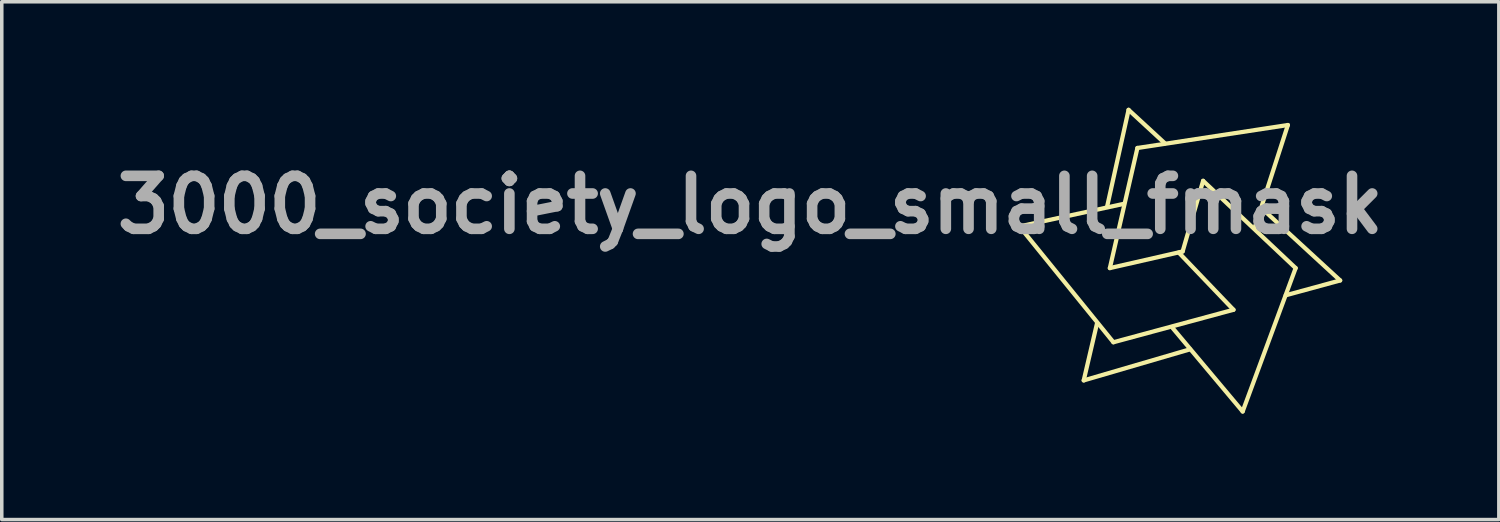
<source format=kicad_pcb>
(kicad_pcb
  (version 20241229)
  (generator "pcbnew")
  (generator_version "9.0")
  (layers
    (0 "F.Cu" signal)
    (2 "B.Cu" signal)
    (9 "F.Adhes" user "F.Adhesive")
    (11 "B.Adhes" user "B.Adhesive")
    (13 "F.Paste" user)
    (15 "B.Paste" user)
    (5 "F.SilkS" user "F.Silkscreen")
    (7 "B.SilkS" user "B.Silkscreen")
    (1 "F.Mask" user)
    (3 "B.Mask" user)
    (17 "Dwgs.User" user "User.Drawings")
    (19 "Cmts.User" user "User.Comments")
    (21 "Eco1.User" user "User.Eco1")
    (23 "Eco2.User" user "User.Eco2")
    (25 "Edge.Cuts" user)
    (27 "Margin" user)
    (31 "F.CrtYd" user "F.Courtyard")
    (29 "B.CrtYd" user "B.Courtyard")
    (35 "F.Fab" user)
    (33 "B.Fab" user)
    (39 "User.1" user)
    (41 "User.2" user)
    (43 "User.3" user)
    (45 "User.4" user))
  (footprint "3000_society_logo_small_fmask"
    (layer "F.Cu")
    (at 30.093 4.24)
    (property "Reference" "3000_society_logo_small_fmask" (at -11.9 -1.49 0) (layer "F.Fab") (effects (font (size 1.5 1.5) (thickness 0.3))))
    (attr board_only exclude_from_pos_files exclude_from_bom)
    (fp_poly (pts (xy -1.113 -3.961) (xy -1.08 -3.933) (xy -1.031 -3.889) (xy -0.967 -3.83) (xy -0.889 -3.758) (xy -0.799 -3.674) (xy -0.7 -3.578) (xy -0.591 -3.474) (xy -0.549 -3.434) (xy -0.439 -3.328) (xy -0.486 -3.32) (xy -0.648 -3.292) (xy -0.782 -3.267) (xy -0.89 -3.246) (xy -0.97 -3.228) (xy -1.024 -3.214) (xy -1.051 -3.203) (xy -1.054 -3.2) (xy -1.072 -3.153) (xy -1.087 -3.098) (xy -1.094 -3.051) (xy -1.095 -3.044) (xy -1.099 -3.006) (xy -1.107 -2.983) (xy -1.127 -2.933) (xy -1.143 -2.877) (xy -1.15 -2.828) (xy -1.15 -2.822) (xy -1.155 -2.784) (xy -1.163 -2.761) (xy -1.172 -2.735) (xy -1.184 -2.692) (xy -1.192 -2.654) (xy -1.203 -2.604) (xy -1.214 -2.562) (xy -1.22 -2.543) (xy -1.23 -2.51) (xy -1.238 -2.468) (xy -1.238 -2.467) (xy -1.245 -2.43) (xy -1.256 -2.377) (xy -1.27 -2.317) (xy -1.274 -2.3) (xy -1.291 -2.234) (xy -1.31 -2.154) (xy -1.33 -2.072) (xy -1.339 -2.03) (xy -1.355 -1.962) (xy -1.37 -1.898) (xy -1.382 -1.847) (xy -1.388 -1.822) (xy -1.399 -1.774) (xy -1.408 -1.727) (xy -1.409 -1.722) (xy -1.418 -1.695) (xy -1.437 -1.675) (xy -1.471 -1.661) (xy -1.526 -1.648) (xy -1.556 -1.642) (xy -1.596 -1.635) (xy -1.626 -1.627) (xy -1.629 -1.626) (xy -1.647 -1.624) (xy -1.649 -1.628) (xy -1.646 -1.644) (xy -1.638 -1.683) (xy -1.625 -1.742) (xy -1.609 -1.817) (xy -1.589 -1.905) (xy -1.567 -2.002) (xy -1.566 -2.007) (xy -1.543 -2.108) (xy -1.522 -2.204) (xy -1.503 -2.291) (xy -1.487 -2.363) (xy -1.475 -2.416) (xy -1.469 -2.446) (xy -1.46 -2.484) (xy -1.447 -2.542) (xy -1.431 -2.614) (xy -1.414 -2.693) (xy -1.406 -2.73) (xy -1.385 -2.822) (xy -1.363 -2.922) (xy -1.343 -3.019) (xy -1.325 -3.102) (xy -1.323 -3.116) (xy -1.273 -3.354) (xy -1.225 -3.568) (xy -1.203 -3.658) (xy -1.187 -3.728) (xy -1.171 -3.803) (xy -1.159 -3.867) (xy -1.158 -3.873) (xy -1.148 -3.921) (xy -1.137 -3.955) (xy -1.128 -3.97) (xy -1.127 -3.97)) (stroke (width 0) (type solid)) (fill yes) (layer "F.Mask"))
    (fp_poly (pts (xy 2.685 -1.158) (xy 2.694 -1.149) (xy 2.71 -1.131) (xy 2.741 -1.1) (xy 2.783 -1.06) (xy 2.82 -1.025) (xy 2.853 -0.995) (xy 2.887 -0.963) (xy 2.924 -0.929) (xy 2.966 -0.89) (xy 3.016 -0.844) (xy 3.076 -0.789) (xy 3.149 -0.723) (xy 3.236 -0.643) (xy 3.34 -0.548) (xy 3.401 -0.492) (xy 3.469 -0.43) (xy 3.54 -0.364) (xy 3.608 -0.301) (xy 3.664 -0.248) (xy 3.679 -0.234) (xy 3.732 -0.185) (xy 3.785 -0.135) (xy 3.831 -0.094) (xy 3.852 -0.075) (xy 3.885 -0.045) (xy 3.933 -0.001) (xy 3.989 0.051) (xy 4.047 0.106) (xy 4.06 0.118) (xy 4.124 0.179) (xy 4.2 0.25) (xy 4.28 0.326) (xy 4.356 0.397) (xy 4.382 0.421) (xy 4.44 0.476) (xy 4.489 0.523) (xy 4.528 0.561) (xy 4.552 0.587) (xy 4.559 0.596) (xy 4.547 0.604) (xy 4.515 0.614) (xy 4.479 0.623) (xy 4.427 0.636) (xy 4.361 0.654) (xy 4.294 0.672) (xy 4.282 0.676) (xy 4.222 0.693) (xy 4.166 0.708) (xy 4.124 0.718) (xy 4.116 0.72) (xy 4.061 0.733) (xy 3.986 0.751) (xy 3.895 0.775) (xy 3.796 0.802) (xy 3.692 0.831) (xy 3.651 0.843) (xy 3.578 0.863) (xy 3.528 0.876) (xy 3.497 0.882) (xy 3.481 0.881) (xy 3.478 0.877) (xy 3.483 0.86) (xy 3.497 0.824) (xy 3.518 0.772) (xy 3.543 0.711) (xy 3.57 0.646) (xy 3.597 0.582) (xy 3.622 0.524) (xy 3.63 0.506) (xy 3.65 0.461) (xy 3.666 0.423) (xy 3.672 0.409) (xy 3.686 0.374) (xy 3.704 0.332) (xy 3.722 0.293) (xy 3.734 0.266) (xy 3.737 0.26) (xy 3.73 0.247) (xy 3.706 0.22) (xy 3.67 0.183) (xy 3.627 0.139) (xy 3.579 0.094) (xy 3.532 0.05) (xy 3.49 0.013) (xy 3.473 0) (xy 3.445 -0.024) (xy 3.403 -0.061) (xy 3.354 -0.106) (xy 3.319 -0.139) (xy 3.268 -0.186) (xy 3.203 -0.245) (xy 3.131 -0.309) (xy 3.06 -0.373) (xy 3.035 -0.395) (xy 2.924 -0.494) (xy 2.825 -0.584) (xy 2.739 -0.664) (xy 2.669 -0.731) (xy 2.615 -0.784) (xy 2.58 -0.823) (xy 2.563 -0.846) (xy 2.562 -0.85) (xy 2.569 -0.869) (xy 2.582 -0.908) (xy 2.6 -0.961) (xy 2.613 -1.001) (xy 2.637 -1.071) (xy 2.654 -1.119) (xy 2.667 -1.147) (xy 2.677 -1.159)) (stroke (width 0) (type solid)) (fill yes) (layer "F.Mask"))
    (fp_poly (pts (xy -0.037 2.151) (xy -0.023 2.163) (xy -0.001 2.185) (xy 0.029 2.219) (xy 0.07 2.269) (xy 0.124 2.336) (xy 0.193 2.423) (xy 0.196 2.427) (xy 0.243 2.486) (xy 0.272 2.528) (xy 0.287 2.554) (xy 0.288 2.568) (xy 0.281 2.571) (xy 0.262 2.576) (xy 0.228 2.586) (xy 0.215 2.59) (xy 0.164 2.605) (xy 0.111 2.621) (xy 0.043 2.641) (xy 0.024 2.646) (xy -0.027 2.66) (xy -0.079 2.675) (xy -0.08 2.675) (xy -0.127 2.688) (xy -0.171 2.701) (xy -0.173 2.702) (xy -0.201 2.71) (xy -0.25 2.724) (xy -0.313 2.743) (xy -0.384 2.764) (xy -0.409 2.771) (xy -0.491 2.795) (xy -0.575 2.82) (xy -0.653 2.842) (xy -0.714 2.86) (xy -0.721 2.862) (xy -0.779 2.878) (xy -0.855 2.9) (xy -0.939 2.924) (xy -1.022 2.949) (xy -1.032 2.952) (xy -1.113 2.976) (xy -1.174 2.994) (xy -1.223 3.008) (xy -1.267 3.021) (xy -1.313 3.034) (xy -1.37 3.05) (xy -1.406 3.061) (xy -1.446 3.072) (xy -1.508 3.09) (xy -1.587 3.113) (xy -1.677 3.14) (xy -1.776 3.169) (xy -1.864 3.195) (xy -1.982 3.23) (xy -2.076 3.257) (xy -2.149 3.278) (xy -2.203 3.293) (xy -2.24 3.303) (xy -2.265 3.307) (xy -2.279 3.307) (xy -2.284 3.303) (xy -2.284 3.295) (xy -2.282 3.284) (xy -2.279 3.275) (xy -2.271 3.235) (xy -2.26 3.187) (xy -2.258 3.18) (xy -2.25 3.145) (xy -2.239 3.09) (xy -2.224 3.023) (xy -2.209 2.952) (xy -2.209 2.952) (xy -2.18 2.814) (xy -2.156 2.7) (xy -2.136 2.608) (xy -2.119 2.533) (xy -2.105 2.474) (xy -2.094 2.426) (xy -2.088 2.404) (xy -2.073 2.344) (xy -2.057 2.28) (xy -2.05 2.248) (xy -2.039 2.208) (xy -2.028 2.182) (xy -2.022 2.176) (xy -2.009 2.186) (xy -2.009 2.188) (xy -2.001 2.203) (xy -1.978 2.235) (xy -1.945 2.278) (xy -1.905 2.328) (xy -1.864 2.379) (xy -1.828 2.424) (xy -1.802 2.456) (xy -1.791 2.471) (xy -1.77 2.494) (xy -1.736 2.522) (xy -1.698 2.549) (xy -1.663 2.57) (xy -1.642 2.577) (xy -1.622 2.574) (xy -1.58 2.564) (xy -1.523 2.55) (xy -1.456 2.533) (xy -1.385 2.513) (xy -1.314 2.494) (xy -1.25 2.475) (xy -1.226 2.468) (xy -1.188 2.458) (xy -1.137 2.445) (xy -1.115 2.439) (xy -1.069 2.427) (xy -1.031 2.415) (xy -1.018 2.411) (xy -0.982 2.399) (xy -0.956 2.392) (xy -0.918 2.383) (xy -0.875 2.372) (xy -0.873 2.371) (xy -0.809 2.353) (xy -0.746 2.335) (xy -0.675 2.316) (xy -0.592 2.293) (xy -0.489 2.265) (xy -0.471 2.26) (xy -0.392 2.239) (xy -0.307 2.215) (xy -0.228 2.194) (xy -0.187 2.183) (xy -0.131 2.168) (xy -0.084 2.156) (xy -0.053 2.149) (xy -0.046 2.148)) (stroke (width 0) (type solid)) (fill yes) (layer "F.Mask"))
    (fp_poly (pts (xy 0.969 -1.961) (xy 0.97 -1.956) (xy 0.98 -1.943) (xy 1.006 -1.916) (xy 1.046 -1.878) (xy 1.094 -1.833) (xy 1.098 -1.83) (xy 1.16 -1.774) (xy 1.232 -1.707) (xy 1.306 -1.638) (xy 1.372 -1.574) (xy 1.427 -1.522) (xy 1.496 -1.456) (xy 1.575 -1.381) (xy 1.657 -1.304) (xy 1.737 -1.227) (xy 1.76 -1.206) (xy 1.845 -1.126) (xy 1.942 -1.034) (xy 2.044 -0.935) (xy 2.145 -0.838) (xy 2.236 -0.749) (xy 2.259 -0.727) (xy 2.329 -0.658) (xy 2.415 -0.574) (xy 2.513 -0.48) (xy 2.618 -0.378) (xy 2.726 -0.274) (xy 2.833 -0.17) (xy 2.931 -0.077) (xy 3.021 0.01) (xy 3.104 0.091) (xy 3.18 0.166) (xy 3.245 0.231) (xy 3.298 0.285) (xy 3.335 0.325) (xy 3.356 0.349) (xy 3.359 0.354) (xy 3.364 0.389) (xy 3.352 0.434) (xy 3.347 0.446) (xy 3.316 0.525) (xy 3.277 0.627) (xy 3.233 0.747) (xy 3.184 0.881) (xy 3.133 1.027) (xy 3.09 1.15) (xy 3.057 1.246) (xy 3.024 1.341) (xy 2.993 1.429) (xy 2.967 1.505) (xy 2.946 1.562) (xy 2.94 1.58) (xy 2.882 1.739) (xy 2.833 1.875) (xy 2.792 1.99) (xy 2.756 2.088) (xy 2.727 2.17) (xy 2.702 2.24) (xy 2.681 2.301) (xy 2.662 2.354) (xy 2.645 2.403) (xy 2.63 2.446) (xy 2.611 2.501) (xy 2.593 2.547) (xy 2.581 2.577) (xy 2.577 2.584) (xy 2.567 2.605) (xy 2.554 2.642) (xy 2.546 2.667) (xy 2.533 2.707) (xy 2.513 2.766) (xy 2.489 2.835) (xy 2.464 2.907) (xy 2.462 2.91) (xy 2.442 2.966) (xy 2.414 3.043) (xy 2.38 3.138) (xy 2.342 3.244) (xy 2.302 3.357) (xy 2.26 3.473) (xy 2.238 3.534) (xy 2.199 3.643) (xy 2.161 3.748) (xy 2.127 3.844) (xy 2.097 3.928) (xy 2.072 3.996) (xy 2.055 4.044) (xy 2.048 4.064) (xy 2.028 4.113) (xy 2.013 4.137) (xy 1.999 4.139) (xy 1.983 4.119) (xy 1.981 4.115) (xy 1.965 4.09) (xy 1.936 4.053) (xy 1.908 4.02) (xy 1.876 3.982) (xy 1.833 3.931) (xy 1.783 3.871) (xy 1.733 3.81) (xy 1.732 3.81) (xy 1.678 3.744) (xy 1.62 3.674) (xy 1.566 3.609) (xy 1.528 3.562) (xy 1.479 3.503) (xy 1.425 3.438) (xy 1.376 3.38) (xy 1.366 3.367) (xy 1.264 3.246) (xy 1.15 3.11) (xy 1.032 2.968) (xy 0.915 2.827) (xy 0.803 2.693) (xy 0.708 2.578) (xy 0.627 2.481) (xy 0.559 2.399) (xy 0.503 2.332) (xy 0.457 2.277) (xy 0.42 2.233) (xy 0.39 2.198) (xy 0.366 2.169) (xy 0.345 2.145) (xy 0.313 2.107) (xy 0.289 2.077) (xy 0.277 2.062) (xy 0.277 2.061) (xy 0.281 2.057) (xy 0.296 2.05) (xy 0.324 2.041) (xy 0.367 2.028) (xy 0.429 2.011) (xy 0.511 1.988) (xy 0.616 1.96) (xy 0.665 1.947) (xy 0.753 1.923) (xy 0.836 1.901) (xy 0.908 1.882) (xy 0.964 1.866) (xy 1 1.856) (xy 1.005 1.855) (xy 1.055 1.841) (xy 1.104 1.827) (xy 1.109 1.825) (xy 1.151 1.813) (xy 1.188 1.8) (xy 1.189 1.8) (xy 1.226 1.79) (xy 1.248 1.788) (xy 1.284 1.781) (xy 1.299 1.775) (xy 1.324 1.765) (xy 1.367 1.752) (xy 1.42 1.737) (xy 1.434 1.733) (xy 1.574 1.696) (xy 1.698 1.662) (xy 1.803 1.631) (xy 1.889 1.605) (xy 1.952 1.583) (xy 1.992 1.566) (xy 2.006 1.555) (xy 1.999 1.54) (xy 1.976 1.51) (xy 1.941 1.471) (xy 1.916 1.445) (xy 1.869 1.397) (xy 1.825 1.349) (xy 1.789 1.309) (xy 1.779 1.297) (xy 1.76 1.276) (xy 1.724 1.238) (xy 1.673 1.185) (xy 1.609 1.119) (xy 1.535 1.044) (xy 1.454 0.961) (xy 1.368 0.873) (xy 1.342 0.848) (xy 1.174 0.678) (xy 1.024 0.526) (xy 0.894 0.392) (xy 0.78 0.276) (xy 0.684 0.176) (xy 0.605 0.093) (xy 0.541 0.024) (xy 0.492 -0.03) (xy 0.458 -0.07) (xy 0.437 -0.097) (xy 0.43 -0.112) (xy 0.43 -0.112) (xy 0.433 -0.135) (xy 0.444 -0.182) (xy 0.462 -0.25) (xy 0.485 -0.337) (xy 0.513 -0.441) (xy 0.546 -0.559) (xy 0.568 -0.637) (xy 0.577 -0.668) (xy 0.591 -0.719) (xy 0.609 -0.784) (xy 0.629 -0.858) (xy 0.637 -0.887) (xy 0.658 -0.962) (xy 0.677 -1.031) (xy 0.693 -1.088) (xy 0.704 -1.127) (xy 0.707 -1.136) (xy 0.724 -1.198) (xy 0.746 -1.278) (xy 0.771 -1.369) (xy 0.798 -1.466) (xy 0.825 -1.564) (xy 0.85 -1.657) (xy 0.873 -1.74) (xy 0.891 -1.806) (xy 0.902 -1.846) (xy 0.92 -1.904) (xy 0.936 -1.946) (xy 0.949 -1.966) (xy 0.952 -1.968)) (stroke (width 0) (type solid)) (fill yes) (layer "F.Mask"))
    (fp_poly (pts (xy -1.514 -1.275) (xy -1.518 -1.252) (xy -1.527 -1.216) (xy -1.534 -1.192) (xy -1.542 -1.165) (xy -1.551 -1.126) (xy -1.553 -1.115) (xy -1.562 -1.075) (xy -1.575 -1.019) (xy -1.589 -0.958) (xy -1.591 -0.949) (xy -1.621 -0.828) (xy -1.647 -0.719) (xy -1.669 -0.627) (xy -1.685 -0.553) (xy -1.696 -0.502) (xy -1.699 -0.485) (xy -1.707 -0.446) (xy -1.714 -0.417) (xy -1.715 -0.416) (xy -1.722 -0.393) (xy -1.733 -0.349) (xy -1.747 -0.292) (xy -1.762 -0.228) (xy -1.777 -0.165) (xy -1.787 -0.118) (xy -1.799 -0.063) (xy -1.815 0.004) (xy -1.832 0.072) (xy -1.848 0.13) (xy -1.856 0.159) (xy -1.87 0.211) (xy -1.884 0.273) (xy -1.898 0.34) (xy -1.909 0.404) (xy -1.918 0.46) (xy -1.922 0.501) (xy -1.921 0.52) (xy -1.905 0.537) (xy -1.881 0.534) (xy -1.851 0.526) (xy -1.805 0.514) (xy -1.767 0.505) (xy -1.713 0.491) (xy -1.661 0.478) (xy -1.635 0.471) (xy -1.596 0.461) (xy -1.543 0.448) (xy -1.49 0.436) (xy -1.436 0.423) (xy -1.388 0.411) (xy -1.358 0.403) (xy -1.3 0.385) (xy -1.218 0.363) (xy -1.122 0.339) (xy -1.076 0.328) (xy -1.011 0.311) (xy -0.933 0.291) (xy -0.852 0.271) (xy -0.824 0.263) (xy -0.646 0.217) (xy -0.492 0.178) (xy -0.361 0.144) (xy -0.25 0.116) (xy -0.159 0.092) (xy -0.085 0.073) (xy -0.026 0.058) (xy 0.021 0.047) (xy 0.056 0.038) (xy 0.082 0.032) (xy 0.101 0.027) (xy 0.116 0.024) (xy 0.127 0.022) (xy 0.137 0.02) (xy 0.145 0.019) (xy 0.154 0.018) (xy 0.165 0.02) (xy 0.178 0.027) (xy 0.196 0.039) (xy 0.219 0.057) (xy 0.249 0.084) (xy 0.288 0.121) (xy 0.337 0.168) (xy 0.398 0.228) (xy 0.471 0.301) (xy 0.559 0.389) (xy 0.662 0.494) (xy 0.783 0.616) (xy 0.856 0.691) (xy 0.968 0.805) (xy 1.074 0.913) (xy 1.173 1.013) (xy 1.263 1.105) (xy 1.342 1.186) (xy 1.409 1.255) (xy 1.462 1.31) (xy 1.5 1.35) (xy 1.52 1.372) (xy 1.524 1.377) (xy 1.512 1.384) (xy 1.482 1.391) (xy 1.472 1.393) (xy 1.427 1.402) (xy 1.388 1.412) (xy 1.386 1.413) (xy 1.351 1.424) (xy 1.305 1.437) (xy 1.289 1.441) (xy 1.24 1.455) (xy 1.195 1.467) (xy 1.185 1.47) (xy 1.149 1.48) (xy 1.099 1.493) (xy 1.053 1.504) (xy 0.977 1.523) (xy 0.891 1.545) (xy 0.801 1.568) (xy 0.711 1.591) (xy 0.626 1.613) (xy 0.552 1.633) (xy 0.493 1.649) (xy 0.453 1.66) (xy 0.443 1.663) (xy 0.396 1.676) (xy 0.344 1.689) (xy 0.339 1.69) (xy 0.288 1.703) (xy 0.236 1.716) (xy 0.232 1.717) (xy 0.181 1.732) (xy 0.129 1.747) (xy 0.128 1.747) (xy 0.078 1.761) (xy 0.03 1.773) (xy 0.028 1.774) (xy -0.022 1.786) (xy -0.069 1.799) (xy -0.105 1.809) (xy -0.165 1.825) (xy -0.243 1.846) (xy -0.337 1.871) (xy -0.443 1.898) (xy -0.556 1.928) (xy -0.575 1.933) (xy -0.643 1.951) (xy -0.712 1.97) (xy -0.771 1.985) (xy -0.783 1.989) (xy -0.846 2.006) (xy -0.922 2.026) (xy -1.004 2.047) (xy -1.087 2.069) (xy -1.164 2.089) (xy -1.23 2.105) (xy -1.278 2.117) (xy -1.296 2.121) (xy -1.348 2.133) (xy -1.408 2.148) (xy -1.469 2.164) (xy -1.523 2.178) (xy -1.564 2.19) (xy -1.581 2.195) (xy -1.601 2.191) (xy -1.633 2.167) (xy -1.68 2.121) (xy -1.684 2.116) (xy -1.803 1.985) (xy -1.923 1.842) (xy -1.961 1.795) (xy -1.993 1.756) (xy -2.036 1.703) (xy -2.084 1.643) (xy -2.127 1.592) (xy -2.181 1.527) (xy -2.245 1.45) (xy -2.309 1.372) (xy -2.362 1.308) (xy -2.443 1.208) (xy -2.51 1.128) (xy -2.562 1.063) (xy -2.604 1.013) (xy -2.637 0.973) (xy -2.663 0.941) (xy -2.684 0.916) (xy -2.702 0.894) (xy -2.735 0.853) (xy -2.778 0.802) (xy -2.82 0.751) (xy -2.823 0.747) (xy -2.855 0.708) (xy -2.9 0.653) (xy -2.955 0.587) (xy -3.015 0.514) (xy -3.076 0.441) (xy -3.08 0.436) (xy -3.141 0.362) (xy -3.202 0.288) (xy -3.259 0.219) (xy -3.307 0.161) (xy -3.341 0.119) (xy -3.342 0.118) (xy -3.43 0.01) (xy -3.511 -0.09) (xy -3.583 -0.177) (xy -3.643 -0.25) (xy -3.689 -0.305) (xy -3.705 -0.324) (xy -3.767 -0.399) (xy -3.828 -0.473) (xy -3.885 -0.545) (xy -3.936 -0.609) (xy -3.978 -0.665) (xy -4.009 -0.707) (xy -4.026 -0.733) (xy -4.028 -0.74) (xy -4.014 -0.748) (xy -3.978 -0.759) (xy -3.926 -0.772) (xy -3.872 -0.784) (xy -3.804 -0.798) (xy -3.717 -0.816) (xy -3.622 -0.836) (xy -3.528 -0.856) (xy -3.492 -0.864) (xy -3.407 -0.882) (xy -3.324 -0.9) (xy -3.248 -0.916) (xy -3.189 -0.929) (xy -3.166 -0.933) (xy -3.116 -0.944) (xy -3.048 -0.959) (xy -2.968 -0.976) (xy -2.887 -0.994) (xy -2.868 -0.998) (xy -2.779 -1.017) (xy -2.683 -1.038) (xy -2.59 -1.057) (xy -2.512 -1.074) (xy -2.508 -1.075) (xy -2.43 -1.091) (xy -2.354 -1.106) (xy -2.276 -1.123) (xy -2.192 -1.141) (xy -2.096 -1.161) (xy -1.987 -1.185) (xy -1.858 -1.212) (xy -1.707 -1.245) (xy -1.704 -1.246) (xy -1.644 -1.259) (xy -1.59 -1.271) (xy -1.552 -1.28) (xy -1.541 -1.283) (xy -1.519 -1.287)) (stroke (width 0) (type solid)) (fill yes) (layer "F.Mask"))
    (fp_poly (pts (xy 3.148 -3.615) (xy 3.157 -3.613) (xy 3.16 -3.609) (xy 3.16 -3.605) (xy 3.159 -3.599) (xy 3.159 -3.598) (xy 3.155 -3.571) (xy 3.143 -3.533) (xy 3.14 -3.523) (xy 3.127 -3.488) (xy 3.11 -3.435) (xy 3.09 -3.371) (xy 3.076 -3.326) (xy 3.054 -3.256) (xy 3.033 -3.188) (xy 3.015 -3.13) (xy 3.007 -3.104) (xy 2.992 -3.058) (xy 2.973 -2.995) (xy 2.951 -2.925) (xy 2.938 -2.882) (xy 2.918 -2.817) (xy 2.892 -2.734) (xy 2.863 -2.642) (xy 2.834 -2.55) (xy 2.82 -2.508) (xy 2.79 -2.414) (xy 2.758 -2.311) (xy 2.726 -2.21) (xy 2.698 -2.121) (xy 2.689 -2.092) (xy 2.634 -1.916) (xy 2.584 -1.758) (xy 2.539 -1.619) (xy 2.5 -1.501) (xy 2.467 -1.406) (xy 2.441 -1.334) (xy 2.422 -1.287) (xy 2.416 -1.275) (xy 2.397 -1.236) (xy 2.385 -1.207) (xy 2.383 -1.198) (xy 2.379 -1.173) (xy 2.37 -1.135) (xy 2.357 -1.095) (xy 2.344 -1.061) (xy 2.333 -1.041) (xy 2.331 -1.039) (xy 2.316 -1.048) (xy 2.289 -1.071) (xy 2.259 -1.098) (xy 2.229 -1.126) (xy 2.182 -1.168) (xy 2.124 -1.221) (xy 2.059 -1.28) (xy 1.991 -1.341) (xy 1.988 -1.343) (xy 1.874 -1.446) (xy 1.777 -1.533) (xy 1.695 -1.606) (xy 1.627 -1.668) (xy 1.568 -1.721) (xy 1.518 -1.768) (xy 1.472 -1.81) (xy 1.45 -1.831) (xy 1.397 -1.878) (xy 1.333 -1.936) (xy 1.266 -1.996) (xy 1.219 -2.037) (xy 1.159 -2.09) (xy 1.098 -2.146) (xy 1.043 -2.197) (xy 1.008 -2.23) (xy 0.968 -2.268) (xy 0.942 -2.289) (xy 0.923 -2.297) (xy 0.907 -2.294) (xy 0.89 -2.286) (xy 0.876 -2.276) (xy 0.863 -2.264) (xy 0.851 -2.245) (xy 0.838 -2.216) (xy 0.823 -2.174) (xy 0.805 -2.117) (xy 0.782 -2.04) (xy 0.754 -1.94) (xy 0.742 -1.898) (xy 0.708 -1.776) (xy 0.68 -1.677) (xy 0.658 -1.599) (xy 0.64 -1.54) (xy 0.627 -1.497) (xy 0.617 -1.466) (xy 0.61 -1.446) (xy 0.609 -1.444) (xy 0.598 -1.407) (xy 0.596 -1.385) (xy 0.589 -1.349) (xy 0.582 -1.334) (xy 0.572 -1.309) (xy 0.558 -1.266) (xy 0.543 -1.214) (xy 0.54 -1.206) (xy 0.512 -1.102) (xy 0.488 -1.018) (xy 0.467 -0.947) (xy 0.448 -0.882) (xy 0.442 -0.863) (xy 0.428 -0.815) (xy 0.419 -0.776) (xy 0.416 -0.756) (xy 0.409 -0.725) (xy 0.403 -0.71) (xy 0.392 -0.682) (xy 0.379 -0.641) (xy 0.374 -0.624) (xy 0.355 -0.555) (xy 0.337 -0.495) (xy 0.318 -0.431) (xy 0.305 -0.389) (xy 0.291 -0.341) (xy 0.281 -0.303) (xy 0.277 -0.283) (xy 0.265 -0.269) (xy 0.236 -0.257) (xy 0.232 -0.256) (xy 0.203 -0.249) (xy 0.152 -0.238) (xy 0.084 -0.222) (xy 0.005 -0.203) (xy -0.08 -0.182) (xy -0.167 -0.162) (xy -0.25 -0.142) (xy -0.324 -0.124) (xy -0.384 -0.109) (xy -0.424 -0.099) (xy -0.433 -0.097) (xy -0.484 -0.084) (xy -0.536 -0.071) (xy -0.537 -0.07) (xy -0.634 -0.046) (xy -0.711 -0.026) (xy -0.756 -0.013) (xy -0.797 -0.004) (xy -0.829 0) (xy -0.866 0.006) (xy -0.884 0.012) (xy -0.903 0.019) (xy -0.944 0.03) (xy -1.003 0.045) (xy -1.074 0.063) (xy -1.153 0.082) (xy -1.234 0.102) (xy -1.313 0.121) (xy -1.386 0.138) (xy -1.447 0.152) (xy -1.491 0.161) (xy -1.493 0.161) (xy -1.538 0.17) (xy -1.538 0.092) (xy -1.536 0.043) (xy -1.53 0.000472) (xy -1.525 -0.017) (xy -1.514 -0.05) (xy -1.499 -0.101) (xy -1.482 -0.163) (xy -1.465 -0.229) (xy -1.449 -0.292) (xy -1.436 -0.347) (xy -1.429 -0.386) (xy -1.427 -0.399) (xy -1.424 -0.424) (xy -1.413 -0.47) (xy -1.398 -0.529) (xy -1.38 -0.596) (xy -1.379 -0.6) (xy -1.36 -0.669) (xy -1.345 -0.733) (xy -1.334 -0.785) (xy -1.33 -0.817) (xy -1.33 -0.817) (xy -1.326 -0.849) (xy -1.316 -0.9) (xy -1.301 -0.965) (xy -1.283 -1.036) (xy -1.28 -1.046) (xy -1.26 -1.121) (xy -1.242 -1.193) (xy -1.228 -1.256) (xy -1.219 -1.3) (xy -1.219 -1.303) (xy -1.209 -1.355) (xy -1.194 -1.421) (xy -1.177 -1.483) (xy -1.16 -1.547) (xy -1.144 -1.615) (xy -1.134 -1.67) (xy -1.124 -1.723) (xy -1.109 -1.79) (xy -1.093 -1.86) (xy -1.088 -1.878) (xy -1.07 -1.948) (xy -1.052 -2.023) (xy -1.037 -2.087) (xy -1.035 -2.099) (xy -1.003 -2.239) (xy -0.974 -2.36) (xy -0.946 -2.47) (xy -0.943 -2.479) (xy -0.929 -2.536) (xy -0.919 -2.587) (xy -0.915 -2.624) (xy -0.915 -2.626) (xy -0.911 -2.659) (xy -0.901 -2.709) (xy -0.886 -2.768) (xy -0.881 -2.786) (xy -0.865 -2.844) (xy -0.851 -2.896) (xy -0.841 -2.934) (xy -0.84 -2.941) (xy -0.828 -2.97) (xy -0.806 -2.992) (xy -0.77 -3.009) (xy -0.715 -3.021) (xy -0.637 -3.031) (xy -0.61 -3.034) (xy -0.536 -3.042) (xy -0.463 -3.052) (xy -0.4 -3.062) (xy -0.367 -3.069) (xy -0.338 -3.076) (xy -0.313 -3.081) (xy -0.288 -3.087) (xy -0.259 -3.092) (xy -0.223 -3.098) (xy -0.176 -3.106) (xy -0.114 -3.116) (xy -0.033 -3.129) (xy 0.071 -3.146) (xy 0.104 -3.151) (xy 0.273 -3.178) (xy 0.417 -3.201) (xy 0.537 -3.22) (xy 0.637 -3.235) (xy 0.718 -3.248) (xy 0.782 -3.258) (xy 0.831 -3.265) (xy 0.868 -3.27) (xy 0.873 -3.271) (xy 0.911 -3.277) (xy 0.97 -3.285) (xy 1.045 -3.297) (xy 1.13 -3.31) (xy 1.22 -3.324) (xy 1.226 -3.325) (xy 1.326 -3.341) (xy 1.432 -3.358) (xy 1.533 -3.374) (xy 1.624 -3.388) (xy 1.684 -3.397) (xy 1.759 -3.409) (xy 1.833 -3.421) (xy 1.896 -3.43) (xy 1.94 -3.437) (xy 1.94 -3.437) (xy 2.001 -3.446) (xy 2.085 -3.459) (xy 2.192 -3.475) (xy 2.325 -3.495) (xy 2.473 -3.518) (xy 2.628 -3.542) (xy 2.758 -3.562) (xy 2.865 -3.578) (xy 2.951 -3.591) (xy 3.019 -3.601) (xy 3.07 -3.608) (xy 3.107 -3.613) (xy 3.133 -3.615)) (stroke (width 0) (type solid)) (fill yes) (layer "F.Mask"))
    (fp_line (start -4.28 -0.88) (end -1.32 -1.52) (stroke (width 0.12) (type default)) (layer "F.SilkS"))
    (fp_line (start -2.46 3.48) (end -2.08 1.85) (stroke (width 0.12) (type default)) (layer "F.SilkS"))
    (fp_line (start -1.8 -1.43) (end -1.19 -4.18) (stroke (width 0.12) (type default)) (layer "F.SilkS"))
    (fp_line (start -1.72 0.3) (end -0.94 -3.1) (stroke (width 0.12) (type default)) (layer "F.SilkS"))
    (fp_line (start -1.72 0.3) (end 0.34 -0.17) (stroke (width 0.12) (type default)) (layer "F.SilkS"))
    (fp_line (start -1.62 2.4) (end -4.28 -0.88) (stroke (width 0.12) (type default)) (layer "F.SilkS"))
    (fp_line (start -1.19 -4.18) (end -0.16 -3.23) (stroke (width 0.12) (type default)) (layer "F.SilkS"))
    (fp_line (start -0.94 -3.1) (end 3.32 -3.75) (stroke (width 0.12) (type default)) (layer "F.SilkS"))
    (fp_line (start 0.23 -0.14) (end 1.78 1.48) (stroke (width 0.12) (type default)) (layer "F.SilkS"))
    (fp_line (start 0.34 -0.17) (end 0.92 -2.17) (stroke (width 0.12) (type default)) (layer "F.SilkS"))
    (fp_line (start 0.55 2.6) (end -2.46 3.48) (stroke (width 0.12) (type default)) (layer "F.SilkS"))
    (fp_line (start 0.92 -2.17) (end 3.54 0.3) (stroke (width 0.12) (type default)) (layer "F.SilkS"))
    (fp_line (start 1.78 1.48) (end -1.62 2.4) (stroke (width 0.12) (type default)) (layer "F.SilkS"))
    (fp_line (start 2.04 4.36) (end 0.06 2) (stroke (width 0.12) (type default)) (layer "F.SilkS"))
    (fp_line (start 2.56 -1.41) (end 4.8 0.65) (stroke (width 0.12) (type default)) (layer "F.SilkS"))
    (fp_line (start 3.32 -3.75) (end 2.38 -0.84) (stroke (width 0.12) (type default)) (layer "F.SilkS"))
    (fp_line (start 3.54 0.3) (end 2.04 4.36) (stroke (width 0.12) (type default)) (layer "F.SilkS"))
    (fp_line (start 4.8 0.65) (end 3.26 1.07) (stroke (width 0.12) (type default)) (layer "F.SilkS")))
  (gr_rect
    (start -3 -3)
    (end 39.386 11.66)
    (stroke (width 0.1) (type default))
    (fill no)
    (layer "Edge.Cuts")))
</source>
